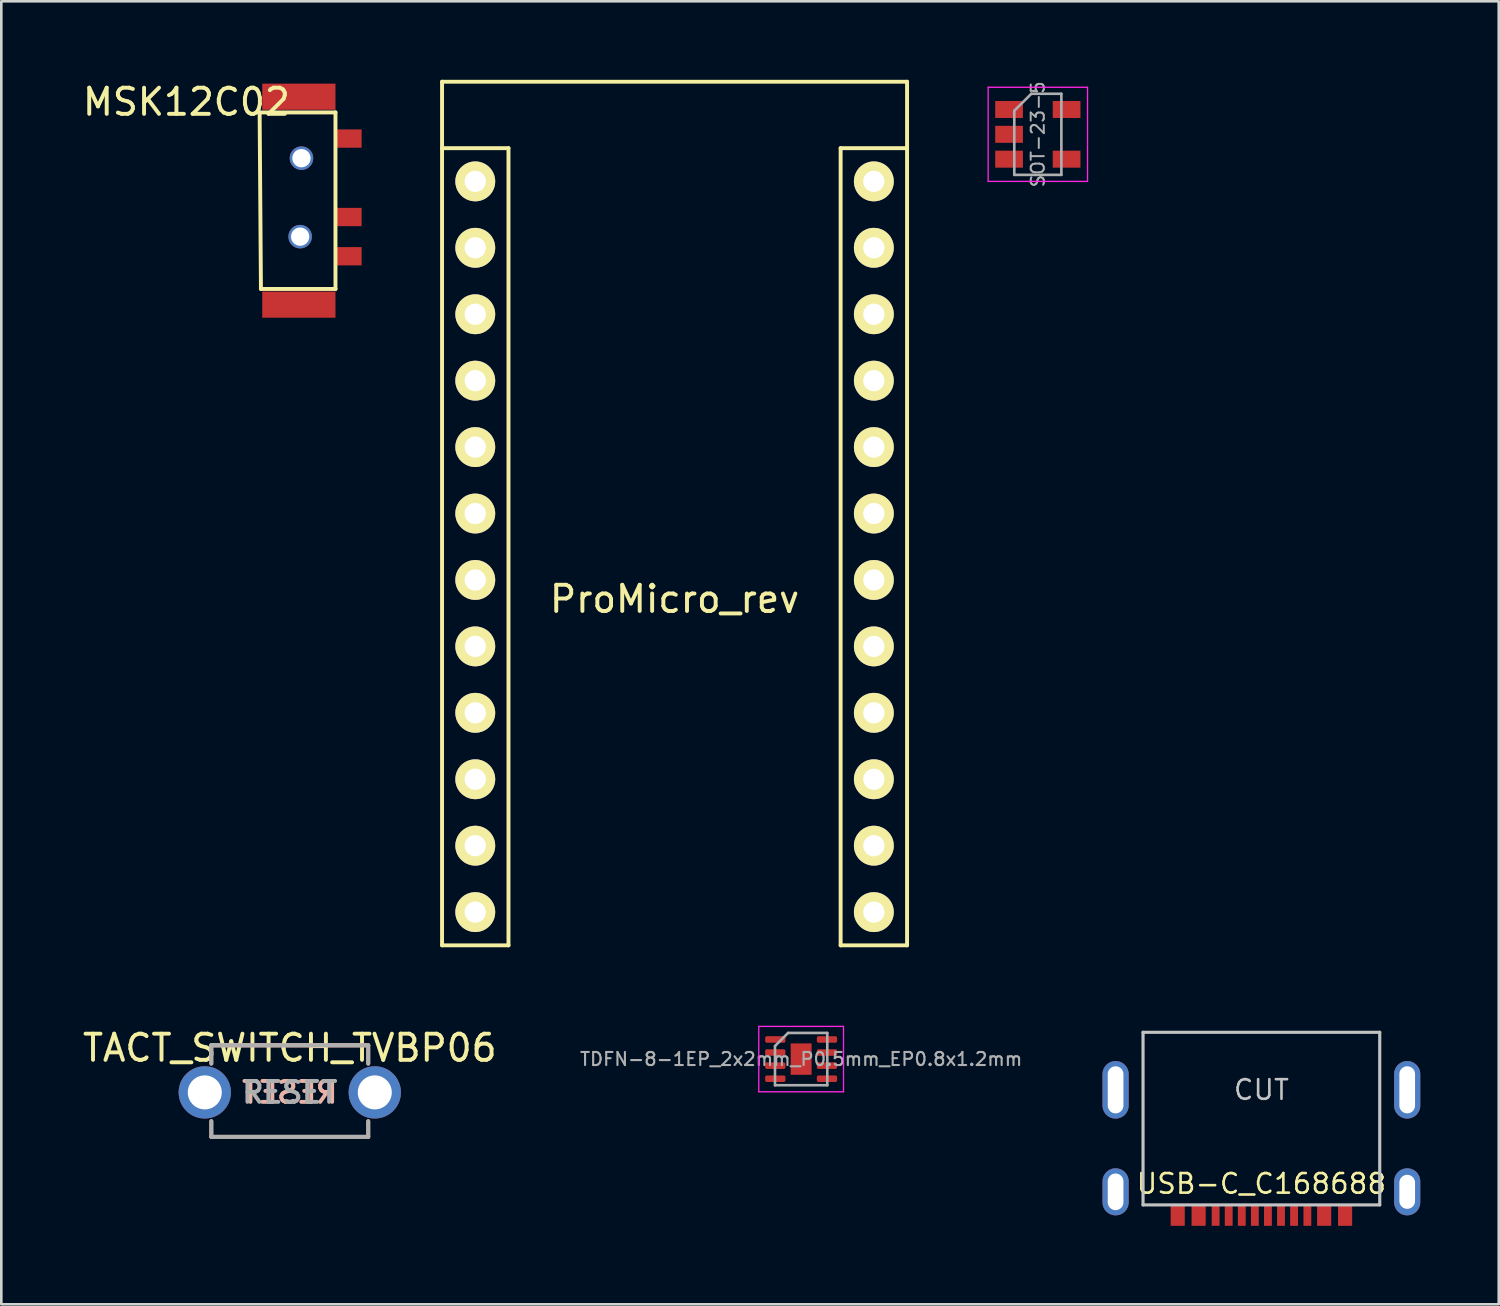
<source format=kicad_pcb>
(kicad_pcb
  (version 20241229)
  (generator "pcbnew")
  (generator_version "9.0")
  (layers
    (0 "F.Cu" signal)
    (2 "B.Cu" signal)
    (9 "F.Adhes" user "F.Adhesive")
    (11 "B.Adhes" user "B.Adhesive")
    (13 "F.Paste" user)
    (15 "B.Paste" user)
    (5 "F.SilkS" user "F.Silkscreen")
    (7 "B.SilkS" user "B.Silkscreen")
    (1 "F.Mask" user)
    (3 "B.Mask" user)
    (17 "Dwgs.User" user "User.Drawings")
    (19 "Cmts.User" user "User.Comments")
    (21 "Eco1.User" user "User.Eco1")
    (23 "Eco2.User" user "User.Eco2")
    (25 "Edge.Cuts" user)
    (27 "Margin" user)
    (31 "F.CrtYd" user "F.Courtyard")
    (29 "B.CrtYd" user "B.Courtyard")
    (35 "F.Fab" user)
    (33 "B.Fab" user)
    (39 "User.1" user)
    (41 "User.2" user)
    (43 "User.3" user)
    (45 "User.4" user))
  (footprint "ProMicro_rev"
    (layer "F.Cu")
    (at 22.742 17.855)
    (property "Reference" "ProMicro_rev" (at 0 2 0) (layer "F.SilkS") (effects (font (size 1 1) (thickness 0.15))))
    (attr through_hole)
    (fp_line (start -8.89 -17.78) (end 8.89 -17.78) (stroke (width 0.15) (type solid)) (layer "F.SilkS"))
    (fp_line (start -8.89 -15.24) (end -6.35 -15.24) (stroke (width 0.15) (type solid)) (layer "F.SilkS"))
    (fp_line (start -8.89 15.24) (end -8.89 -17.78) (stroke (width 0.15) (type solid)) (layer "F.SilkS"))
    (fp_line (start -6.35 -15.24) (end -6.35 15.24) (stroke (width 0.15) (type solid)) (layer "F.SilkS"))
    (fp_line (start -6.35 15.24) (end -8.89 15.24) (stroke (width 0.15) (type solid)) (layer "F.SilkS"))
    (fp_line (start 6.35 -15.24) (end 8.89 -15.24) (stroke (width 0.15) (type solid)) (layer "F.SilkS"))
    (fp_line (start 6.35 15.24) (end 6.35 -15.24) (stroke (width 0.15) (type solid)) (layer "F.SilkS"))
    (fp_line (start 8.89 -17.78) (end 8.89 15.24) (stroke (width 0.15) (type solid)) (layer "F.SilkS"))
    (fp_line (start 8.89 15.24) (end 6.35 15.24) (stroke (width 0.15) (type solid)) (layer "F.SilkS"))
    (pad "1" thru_hole circle (at -7.62 -13.97) (size 1.524 1.524) (drill 0.813) (layers "*.Cu" "*.Mask" "F.SilkS"))
    (pad "2" thru_hole circle (at -7.62 -11.43) (size 1.524 1.524) (drill 0.813) (layers "*.Cu" "*.Mask" "F.SilkS"))
    (pad "3" thru_hole circle (at -7.62 -8.89) (size 1.524 1.524) (drill 0.813) (layers "*.Cu" "*.Mask" "F.SilkS"))
    (pad "4" thru_hole circle (at -7.62 -6.35) (size 1.524 1.524) (drill 0.813) (layers "*.Cu" "*.Mask" "F.SilkS"))
    (pad "5" thru_hole circle (at -7.62 -3.81) (size 1.524 1.524) (drill 0.813) (layers "*.Cu" "*.Mask" "F.SilkS"))
    (pad "6" thru_hole circle (at -7.62 -1.27) (size 1.524 1.524) (drill 0.813) (layers "*.Cu" "*.Mask" "F.SilkS"))
    (pad "7" thru_hole circle (at -7.62 1.27) (size 1.524 1.524) (drill 0.813) (layers "*.Cu" "*.Mask" "F.SilkS"))
    (pad "8" thru_hole circle (at -7.62 3.81) (size 1.524 1.524) (drill 0.813) (layers "*.Cu" "*.Mask" "F.SilkS"))
    (pad "9" thru_hole circle (at -7.62 6.35) (size 1.524 1.524) (drill 0.813) (layers "*.Cu" "*.Mask" "F.SilkS"))
    (pad "10" thru_hole circle (at -7.62 8.89) (size 1.524 1.524) (drill 0.813) (layers "*.Cu" "*.Mask" "F.SilkS"))
    (pad "11" thru_hole circle (at -7.62 11.43) (size 1.524 1.524) (drill 0.813) (layers "*.Cu" "*.Mask" "F.SilkS"))
    (pad "12" thru_hole circle (at -7.62 13.97) (size 1.524 1.524) (drill 0.813) (layers "*.Cu" "*.Mask" "F.SilkS"))
    (pad "13" thru_hole circle (at 7.62 13.97) (size 1.524 1.524) (drill 0.813) (layers "*.Cu" "*.Mask" "F.SilkS"))
    (pad "14" thru_hole circle (at 7.62 11.43) (size 1.524 1.524) (drill 0.813) (layers "*.Cu" "*.Mask" "F.SilkS"))
    (pad "15" thru_hole circle (at 7.62 8.89) (size 1.524 1.524) (drill 0.813) (layers "*.Cu" "*.Mask" "F.SilkS"))
    (pad "16" thru_hole circle (at 7.62 6.35) (size 1.524 1.524) (drill 0.813) (layers "*.Cu" "*.Mask" "F.SilkS"))
    (pad "17" thru_hole circle (at 7.62 3.81) (size 1.524 1.524) (drill 0.813) (layers "*.Cu" "*.Mask" "F.SilkS"))
    (pad "18" thru_hole circle (at 7.62 1.27) (size 1.524 1.524) (drill 0.813) (layers "*.Cu" "*.Mask" "F.SilkS"))
    (pad "19" thru_hole circle (at 7.62 -1.27) (size 1.524 1.524) (drill 0.813) (layers "*.Cu" "*.Mask" "F.SilkS"))
    (pad "20" thru_hole circle (at 7.62 -3.81) (size 1.524 1.524) (drill 0.813) (layers "*.Cu" "*.Mask" "F.SilkS"))
    (pad "21" thru_hole circle (at 7.62 -6.35) (size 1.524 1.524) (drill 0.813) (layers "*.Cu" "*.Mask" "F.SilkS"))
    (pad "22" thru_hole circle (at 7.62 -8.89) (size 1.524 1.524) (drill 0.813) (layers "*.Cu" "*.Mask" "F.SilkS"))
    (pad "23" thru_hole circle (at 7.62 -11.43) (size 1.524 1.524) (drill 0.813) (layers "*.Cu" "*.Mask" "F.SilkS"))
    (pad "24" thru_hole circle (at 7.62 -13.97) (size 1.524 1.524) (drill 0.813) (layers "*.Cu" "*.Mask" "F.SilkS")))
  (footprint "TACT_SWITCH_TVBP06"
    (layer "F.Cu")
    (at 8.03 38.718)
    (property "Reference" "TACT_SWITCH_TVBP06" (at 0 -1.7 0) (layer "F.SilkS") (effects (font (size 1 1) (thickness 0.15))))
    (attr through_hole)
    (fp_line (start -3 -1.8) (end -3 -1.1) (stroke (width 0.15) (type solid)) (layer "B.SilkS"))
    (fp_line (start -3 -1.8) (end 2.9 -1.8) (stroke (width 0.15) (type solid)) (layer "B.SilkS"))
    (fp_line (start -3 -1.8) (end 3 -1.8) (stroke (width 0.15) (type solid)) (layer "B.SilkS"))
    (fp_line (start -3 1.7) (end -3 1.1) (stroke (width 0.15) (type solid)) (layer "B.SilkS"))
    (fp_line (start 3 -1.8) (end 3 -1.1) (stroke (width 0.15) (type solid)) (layer "B.SilkS"))
    (fp_line (start 3 1.7) (end -3 1.7) (stroke (width 0.15) (type solid)) (layer "B.SilkS"))
    (fp_line (start 3 1.7) (end 3 1.1) (stroke (width 0.15) (type solid)) (layer "B.SilkS"))
    (fp_line (start -3 -1.8) (end -3 -1.1) (stroke (width 0.15) (type solid)) (layer "F.Fab"))
    (fp_line (start -3 1.7) (end -3 1.1) (stroke (width 0.15) (type solid)) (layer "F.Fab"))
    (fp_line (start -3 1.7) (end 3 1.7) (stroke (width 0.15) (type solid)) (layer "F.Fab"))
    (fp_line (start 3 -1.8) (end -3 -1.8) (stroke (width 0.15) (type solid)) (layer "F.Fab"))
    (fp_line (start 3 -1.8) (end 3 -1.1) (stroke (width 0.15) (type solid)) (layer "F.Fab"))
    (fp_line (start 3 1.7) (end 3 1.1) (stroke (width 0.15) (type solid)) (layer "F.Fab"))
    (fp_text user "RESET" (at 0 0 0) (layer "B.SilkS") (effects (font (size 0.8 0.8) (thickness 0.15)) (justify mirror)))
    (fp_text user "RESET" (at 0 0 180) (layer "F.Fab") (effects (font (size 0.8 0.8) (thickness 0.15))))
    (pad "1" thru_hole circle (at -3.25 0) (size 2 2) (drill 1.3) (layers "*.Cu" "*.Mask"))
    (pad "2" thru_hole circle (at 3.25 0) (size 2 2) (drill 1.3) (layers "*.Cu" "*.Mask")))
  (footprint "TDFN-8-1EP_2x2mm_P0.5mm_EP0.8x1.2mm"
    (layer "F.Cu")
    (at 27.582 37.445)
    (property "Reference" "TDFN-8-1EP_2x2mm_P0.5mm_EP0.8x1.2mm" (at 0 0 0) (layer "Eco2.User") (effects (font (size 0.3 0.3) (thickness 0.05) (bold yes))))
    (attr smd)
    (fp_line (start -1.62 -1.25) (end -1.62 1.25) (stroke (width 0.05) (type solid)) (layer "F.CrtYd"))
    (fp_line (start -1.62 1.25) (end 1.62 1.25) (stroke (width 0.05) (type solid)) (layer "F.CrtYd"))
    (fp_line (start 1.62 -1.25) (end -1.62 -1.25) (stroke (width 0.05) (type solid)) (layer "F.CrtYd"))
    (fp_line (start 1.62 1.25) (end 1.62 -1.25) (stroke (width 0.05) (type solid)) (layer "F.CrtYd"))
    (fp_line (start -1 -0.5) (end -0.5 -1) (stroke (width 0.1) (type solid)) (layer "F.Fab"))
    (fp_line (start -1 1) (end -1 -0.5) (stroke (width 0.1) (type solid)) (layer "F.Fab"))
    (fp_line (start -0.5 -1) (end 1 -1) (stroke (width 0.1) (type solid)) (layer "F.Fab"))
    (fp_line (start 1 -1) (end 1 1) (stroke (width 0.1) (type solid)) (layer "F.Fab"))
    (fp_line (start 1 1) (end -1 1) (stroke (width 0.1) (type solid)) (layer "F.Fab"))
    (fp_text user "${REFERENCE}" (at 0 0 0) (layer "F.Fab") (effects (font (size 0.5 0.5) (thickness 0.08))))
    (pad "" smd roundrect (at -0.2 -0.3) (size 0.32 0.48) (layers "F.Paste") (roundrect_rratio 0.25))
    (pad "" smd roundrect (at -0.2 0.3) (size 0.32 0.48) (layers "F.Paste") (roundrect_rratio 0.25))
    (pad "" smd roundrect (at 0.2 -0.3) (size 0.32 0.48) (layers "F.Paste") (roundrect_rratio 0.25))
    (pad "" smd roundrect (at 0.2 0.3) (size 0.32 0.48) (layers "F.Paste") (roundrect_rratio 0.25))
    (pad "1" smd roundrect (at -0.988 -0.75) (size 0.775 0.25) (layers "F.Cu" "F.Mask" "F.Paste") (roundrect_rratio 0.25))
    (pad "2" smd roundrect (at -0.988 -0.25) (size 0.775 0.25) (layers "F.Cu" "F.Mask" "F.Paste") (roundrect_rratio 0.25))
    (pad "3" smd roundrect (at -0.988 0.25) (size 0.775 0.25) (layers "F.Cu" "F.Mask" "F.Paste") (roundrect_rratio 0.25))
    (pad "4" smd roundrect (at -0.988 0.75) (size 0.775 0.25) (layers "F.Cu" "F.Mask" "F.Paste") (roundrect_rratio 0.25))
    (pad "5" smd roundrect (at 0.988 0.75) (size 0.775 0.25) (layers "F.Cu" "F.Mask" "F.Paste") (roundrect_rratio 0.25))
    (pad "6" smd roundrect (at 0.988 0.25) (size 0.775 0.25) (layers "F.Cu" "F.Mask" "F.Paste") (roundrect_rratio 0.25))
    (pad "7" smd roundrect (at 0.988 -0.25) (size 0.775 0.25) (layers "F.Cu" "F.Mask" "F.Paste") (roundrect_rratio 0.25))
    (pad "8" smd roundrect (at 0.988 -0.75) (size 0.775 0.25) (layers "F.Cu" "F.Mask" "F.Paste") (roundrect_rratio 0.25))
    (pad "9" smd rect (at 0 0) (size 0.8 1.2) (layers "F.Cu" "F.Mask")))
  (footprint "MSK12C02"
    (layer "F.Cu")
    (at 7.077 0.748)
    (property "Reference" "MSK12C02" (at -3 0.1 0) (layer "F.SilkS") (effects (font (size 1 1) (thickness 0.15))))
    (attr through_hole)
    (fp_line (start -0.2 0.5) (end 2.7 0.5) (stroke (width 0.15) (type solid)) (layer "F.SilkS"))
    (fp_line (start -0.15 7.25) (end -0.2 0.5) (stroke (width 0.15) (type solid)) (layer "F.SilkS"))
    (fp_line (start 2.7 0.5) (end 2.7 7.25) (stroke (width 0.15) (type solid)) (layer "F.SilkS"))
    (fp_line (start 2.7 7.25) (end -0.15 7.25) (stroke (width 0.15) (type solid)) (layer "F.SilkS"))
    (pad "" np_thru_hole circle (at 1.35 5.25) (size 0.9 0.9) (drill 0.7) (layers "*.Cu" "*.Mask"))
    (pad "" np_thru_hole circle (at 1.4 2.25) (size 0.9 0.9) (drill 0.7) (layers "*.Cu" "*.Mask"))
    (pad "1" smd rect (at 3.2 1.5 90) (size 0.7 1) (layers "F.Cu" "F.Mask" "F.Paste"))
    (pad "2" smd rect (at 3.2 4.5 90) (size 0.7 1) (layers "F.Cu" "F.Mask" "F.Paste"))
    (pad "3" smd rect (at 3.2 6 90) (size 0.7 1) (layers "F.Cu" "F.Mask" "F.Paste"))
    (pad "NC" smd rect (at 1.3 -0.1) (size 2.8 1) (layers "F.Cu" "F.Mask" "F.Paste"))
    (pad "NC" smd rect (at 1.3 7.85) (size 2.8 1) (layers "F.Cu" "F.Mask" "F.Paste")))
  (footprint "SOT-23-5"
    (layer "F.Cu")
    (at 36.632 2.086)
    (property "Reference" "SOT-23-5" (at 0 -0.05 180) (layer "Eco2.User") (effects (font (size 0.3 0.3) (thickness 0.05))))
    (attr smd)
    (fp_line (start -1.9 -1.8) (end 1.9 -1.8) (stroke (width 0.05) (type solid)) (layer "F.CrtYd"))
    (fp_line (start -1.9 1.8) (end -1.9 -1.8) (stroke (width 0.05) (type solid)) (layer "F.CrtYd"))
    (fp_line (start 1.9 -1.8) (end 1.9 1.8) (stroke (width 0.05) (type solid)) (layer "F.CrtYd"))
    (fp_line (start 1.9 1.8) (end -1.9 1.8) (stroke (width 0.05) (type solid)) (layer "F.CrtYd"))
    (fp_line (start -0.9 -0.9) (end -0.9 1.55) (stroke (width 0.1) (type solid)) (layer "F.Fab"))
    (fp_line (start -0.9 -0.9) (end -0.25 -1.55) (stroke (width 0.1) (type solid)) (layer "F.Fab"))
    (fp_line (start 0.9 -1.55) (end -0.25 -1.55) (stroke (width 0.1) (type solid)) (layer "F.Fab"))
    (fp_line (start 0.9 -1.55) (end 0.9 1.55) (stroke (width 0.1) (type solid)) (layer "F.Fab"))
    (fp_line (start 0.9 1.55) (end -0.9 1.55) (stroke (width 0.1) (type solid)) (layer "F.Fab"))
    (fp_text user "${REFERENCE}" (at 0 0 270) (layer "F.Fab") (effects (font (size 0.5 0.5) (thickness 0.075))))
    (pad "1" smd rect (at -1.1 -0.95) (size 1.06 0.65) (layers "F.Cu" "F.Mask" "F.Paste"))
    (pad "2" smd rect (at -1.1 0) (size 1.06 0.65) (layers "F.Cu" "F.Mask" "F.Paste"))
    (pad "3" smd rect (at -1.1 0.95) (size 1.06 0.65) (layers "F.Cu" "F.Mask" "F.Paste"))
    (pad "4" smd rect (at 1.1 0.95) (size 1.06 0.65) (layers "F.Cu" "F.Mask" "F.Paste"))
    (pad "5" smd rect (at 1.1 -0.95) (size 1.06 0.65) (layers "F.Cu" "F.Mask" "F.Paste")))
  (footprint "USB-C_C168688"
    (layer "F.Cu")
    (at 45.18 36.42)
    (property "Reference" "USB-C_C168688" (at 0 5.789 0) (layer "F.SilkS") (effects (font (size 0.75 0.75) (thickness 0.1))))
    (attr smd)
    (fp_line (start -4.525 0) (end -4.525 6.6) (stroke (width 0.12) (type solid)) (layer "Dwgs.User"))
    (fp_line (start -4.525 0) (end 4.525 0) (stroke (width 0.12) (type solid)) (layer "Dwgs.User"))
    (fp_line (start -4.525 6.6) (end 4.525 6.6) (stroke (width 0.12) (type solid)) (layer "Dwgs.User"))
    (fp_line (start 4.525 0) (end 4.525 6.6) (stroke (width 0.12) (type solid)) (layer "Dwgs.User"))
    (fp_text user "CUT" (at 0 2.2 0) (layer "Dwgs.User") (effects (font (size 0.75 0.75) (thickness 0.1))))
    (pad "A1" smd rect (at -3.2 7) (size 0.54 0.8) (layers "F.Cu" "F.Mask" "F.Paste"))
    (pad "A1" smd rect (at 3.2 7) (size 0.54 0.8) (layers "F.Cu" "F.Mask" "F.Paste"))
    (pad "A4" smd rect (at -2.4 7) (size 0.54 0.8) (layers "F.Cu" "F.Mask" "F.Paste"))
    (pad "A4" smd rect (at 2.4 7) (size 0.54 0.8) (layers "F.Cu" "F.Mask" "F.Paste"))
    (pad "A5" smd rect (at 1.25 7) (size 0.3 0.8) (layers "F.Cu" "F.Mask" "F.Paste"))
    (pad "A6" smd rect (at 0.25 7) (size 0.3 0.8) (layers "F.Cu" "F.Mask" "F.Paste"))
    (pad "A7" smd rect (at -0.25 7) (size 0.3 0.8) (layers "F.Cu" "F.Mask" "F.Paste"))
    (pad "A8" smd rect (at -1.25 7) (size 0.3 0.8) (layers "F.Cu" "F.Mask" "F.Paste"))
    (pad "B5" smd rect (at -1.75 7) (size 0.3 0.8) (layers "F.Cu" "F.Mask" "F.Paste"))
    (pad "B6" smd rect (at -0.75 7) (size 0.3 0.8) (layers "F.Cu" "F.Mask" "F.Paste"))
    (pad "B7" smd rect (at 0.75 7) (size 0.3 0.8) (layers "F.Cu" "F.Mask" "F.Paste"))
    (pad "B8" smd rect (at 1.758 7) (size 0.3 0.8) (layers "F.Cu" "F.Mask" "F.Paste"))
    (pad "S1" thru_hole oval (at -5.575 2.2) (size 1 2.2) (drill oval 0.6 1.8) (layers "*.Cu" "*.Mask"))
    (pad "S1" thru_hole oval (at -5.575 6.1) (size 1 1.8) (drill oval 0.6 1.4) (layers "*.Cu" "*.Mask"))
    (pad "S1" thru_hole oval (at 5.575 2.2) (size 1 2.2) (drill oval 0.6 1.8) (layers "*.Cu" "*.Mask"))
    (pad "S1" thru_hole oval (at 5.575 6.1) (size 1 1.8) (drill oval 0.6 1.3) (layers "*.Cu" "*.Mask")))
  (gr_rect
    (start -3 -3)
    (end 54.255 46.82)
    (stroke (width 0.1) (type default))
    (fill no)
    (layer "Edge.Cuts")))
</source>
